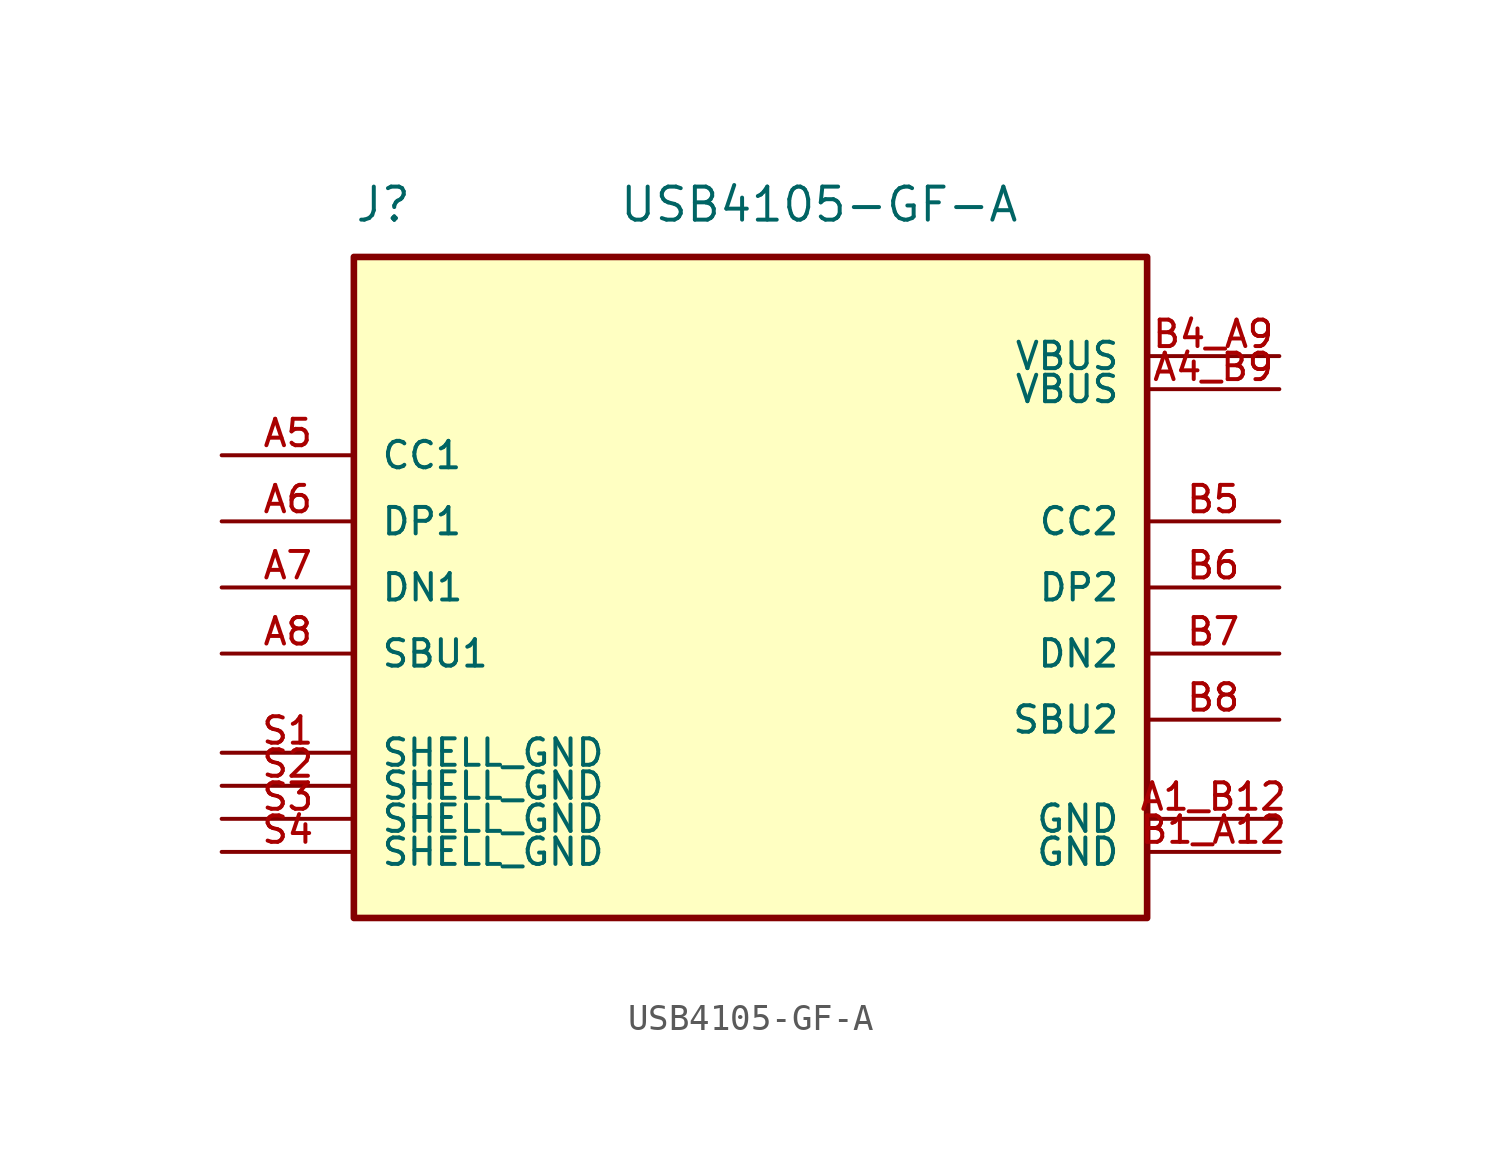
<source format=kicad_sym>
(kicad_symbol_lib
  (version 20210619)
  (generator kicad_symbol_editor)
  (symbol "USB4105-GF-A:USB4105-GF-A"
    (pin_names
      (offset 1.016))
    (property "Reference" "J"
      (at -15.24 13.97 0)
      (effects (font (size 1.27 1.27)) (justify left bottom)))
    (property "Value" "USB4105-GF-A"
      (at -5.08 13.97 0)
      (effects (font (size 1.27 1.27)) (justify left bottom)))
    (property "ki_locked" ""
      (at 0 0 0)
      (effects (font (size 1.27 1.27))))
    (symbol "USB4105-GF-A_0_0"
      (rectangle (start -15.24 -12.7) (end 15.24 12.7) (stroke (width 0.254)) (fill (type background)))
      (pin power_in line (at 20.32 -8.89 180) (length 5.08) (name "GND" (effects (font (size 1.016 1.016)))) (number "A1_B12" (effects (font (size 1.016 1.016)))))
      (pin power_in line (at 20.32 7.62 180) (length 5.08) (name "VBUS" (effects (font (size 1.016 1.016)))) (number "A4_B9" (effects (font (size 1.016 1.016)))))
      (pin bidirectional line (at -20.32 5.08 0) (length 5.08) (name "CC1" (effects (font (size 1.016 1.016)))) (number "A5" (effects (font (size 1.016 1.016)))))
      (pin bidirectional line (at -20.32 2.54 0) (length 5.08) (name "DP1" (effects (font (size 1.016 1.016)))) (number "A6" (effects (font (size 1.016 1.016)))))
      (pin bidirectional line (at -20.32 0 0) (length 5.08) (name "DN1" (effects (font (size 1.016 1.016)))) (number "A7" (effects (font (size 1.016 1.016)))))
      (pin bidirectional line (at -20.32 -2.54 0) (length 5.08) (name "SBU1" (effects (font (size 1.016 1.016)))) (number "A8" (effects (font (size 1.016 1.016)))))
      (pin power_in line (at 20.32 -10.16 180) (length 5.08) (name "GND" (effects (font (size 1.016 1.016)))) (number "B1_A12" (effects (font (size 1.016 1.016)))))
      (pin power_in line (at 20.32 8.89 180) (length 5.08) (name "VBUS" (effects (font (size 1.016 1.016)))) (number "B4_A9" (effects (font (size 1.016 1.016)))))
      (pin bidirectional line (at 20.32 2.54 180) (length 5.08) (name "CC2" (effects (font (size 1.016 1.016)))) (number "B5" (effects (font (size 1.016 1.016)))))
      (pin bidirectional line (at 20.32 0 180) (length 5.08) (name "DP2" (effects (font (size 1.016 1.016)))) (number "B6" (effects (font (size 1.016 1.016)))))
      (pin bidirectional line (at 20.32 -2.54 180) (length 5.08) (name "DN2" (effects (font (size 1.016 1.016)))) (number "B7" (effects (font (size 1.016 1.016)))))
      (pin bidirectional line (at 20.32 -5.08 180) (length 5.08) (name "SBU2" (effects (font (size 1.016 1.016)))) (number "B8" (effects (font (size 1.016 1.016)))))
      (pin power_in line (at -20.32 -6.35 0) (length 5.08) (name "SHELL_GND" (effects (font (size 1.016 1.016)))) (number "S1" (effects (font (size 1.016 1.016)))))
      (pin power_in line (at -20.32 -7.62 0) (length 5.08) (name "SHELL_GND" (effects (font (size 1.016 1.016)))) (number "S2" (effects (font (size 1.016 1.016)))))
      (pin power_in line (at -20.32 -8.89 0) (length 5.08) (name "SHELL_GND" (effects (font (size 1.016 1.016)))) (number "S3" (effects (font (size 1.016 1.016)))))
      (pin power_in line (at -20.32 -10.16 0) (length 5.08) (name "SHELL_GND" (effects (font (size 1.016 1.016)))) (number "S4" (effects (font (size 1.016 1.016))))))))
</source>
